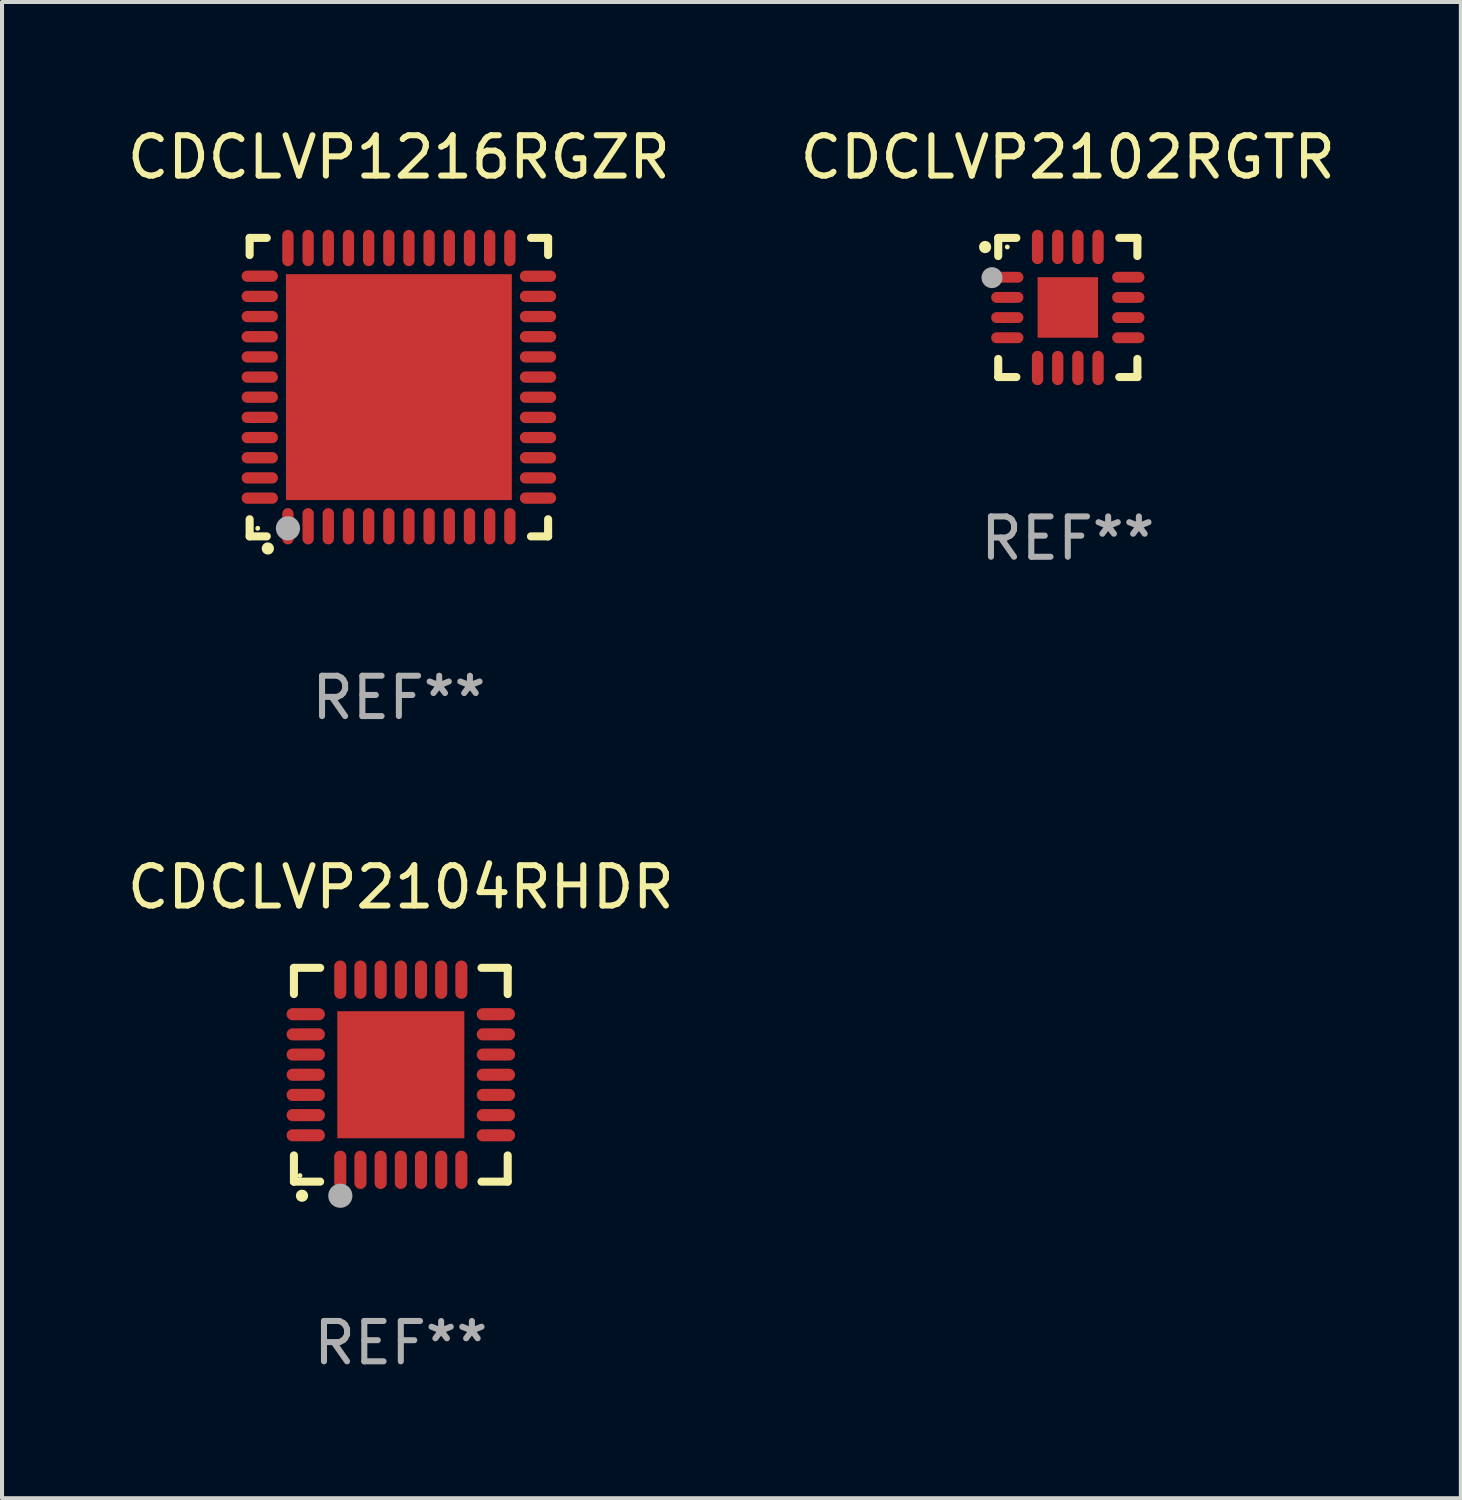
<source format=kicad_pcb>
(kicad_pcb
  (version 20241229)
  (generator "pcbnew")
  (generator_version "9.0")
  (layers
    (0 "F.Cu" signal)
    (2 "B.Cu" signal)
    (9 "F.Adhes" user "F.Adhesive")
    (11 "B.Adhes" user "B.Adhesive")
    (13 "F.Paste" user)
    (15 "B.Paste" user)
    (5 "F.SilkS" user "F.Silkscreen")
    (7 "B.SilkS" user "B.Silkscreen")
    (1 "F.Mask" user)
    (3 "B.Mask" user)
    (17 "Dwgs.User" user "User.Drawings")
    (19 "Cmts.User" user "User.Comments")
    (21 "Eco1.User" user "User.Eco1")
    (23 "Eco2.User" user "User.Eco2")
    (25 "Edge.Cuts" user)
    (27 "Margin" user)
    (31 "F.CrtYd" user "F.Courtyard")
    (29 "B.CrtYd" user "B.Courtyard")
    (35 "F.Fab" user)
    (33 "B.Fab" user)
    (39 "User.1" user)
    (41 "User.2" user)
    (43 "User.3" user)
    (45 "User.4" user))
  (footprint "CDCLVP2104RHDR"
    (layer "F.Cu")
    (at 6.887 23.595)
    (property "Reference" "CDCLVP2104RHDR" (at 0 -4.65 0) (layer "F.SilkS") (effects (font (size 1 1) (thickness 0.15))))
    (attr through_hole)
    (fp_line (start -2.65 -2.65) (end -2.65 -2) (stroke (width 0.2) (type solid)) (layer "F.SilkS"))
    (fp_line (start -2.65 2.65) (end -2.65 2) (stroke (width 0.2) (type solid)) (layer "F.SilkS"))
    (fp_line (start -2 -2.65) (end -2.65 -2.65) (stroke (width 0.2) (type solid)) (layer "F.SilkS"))
    (fp_line (start -2 2.65) (end -2.65 2.65) (stroke (width 0.2) (type solid)) (layer "F.SilkS"))
    (fp_line (start 2 2.65) (end 2.65 2.65) (stroke (width 0.2) (type solid)) (layer "F.SilkS"))
    (fp_line (start 2.65 -2.65) (end 2 -2.65) (stroke (width 0.2) (type solid)) (layer "F.SilkS"))
    (fp_line (start 2.65 -2) (end 2.65 -2.65) (stroke (width 0.2) (type solid)) (layer "F.SilkS"))
    (fp_line (start 2.65 2.65) (end 2.65 2) (stroke (width 0.2) (type solid)) (layer "F.SilkS"))
    (fp_arc (start -2.451105 2.999746) (mid -2.449835 2.999741) (end -2.448565 2.999746) (stroke (width 0.3) (type solid)) (layer "F.SilkS"))
    (fp_circle (center -2.5 2.5) (end -2.47 2.5) (stroke (width 0.06) (type solid)) (fill no) (layer "F.SilkS"))
    (fp_circle (center -1.5 3) (end -1.35 3) (stroke (width 0.3) (type solid)) (fill no) (layer "F.Fab"))
    (fp_text user "REF**" (at 0 6.65 0) (layer "F.Fab") (effects (font (size 1 1) (thickness 0.15))))
    (pad "1" smd oval (at -1.501 2.357) (size 0.3 0.95) (layers "F.Cu" "F.Mask" "F.Paste"))
    (pad "2" smd oval (at -1.001 2.357) (size 0.3 0.95) (layers "F.Cu" "F.Mask" "F.Paste"))
    (pad "3" smd oval (at -0.5 2.357) (size 0.3 0.95) (layers "F.Cu" "F.Mask" "F.Paste"))
    (pad "4" smd oval (at 0.000076 2.357) (size 0.3 0.95) (layers "F.Cu" "F.Mask" "F.Paste"))
    (pad "5" smd oval (at 0.5 2.357) (size 0.3 0.95) (layers "F.Cu" "F.Mask" "F.Paste"))
    (pad "6" smd oval (at 1.001 2.357) (size 0.3 0.95) (layers "F.Cu" "F.Mask" "F.Paste"))
    (pad "7" smd oval (at 1.501 2.357) (size 0.3 0.95) (layers "F.Cu" "F.Mask" "F.Paste"))
    (pad "8" smd oval (at 2.357 1.501) (size 0.95 0.3) (layers "F.Cu" "F.Mask" "F.Paste"))
    (pad "9" smd oval (at 2.357 1.001) (size 0.95 0.3) (layers "F.Cu" "F.Mask" "F.Paste"))
    (pad "10" smd oval (at 2.357 0.5) (size 0.95 0.3) (layers "F.Cu" "F.Mask" "F.Paste"))
    (pad "11" smd oval (at 2.357 0.000076) (size 0.95 0.3) (layers "F.Cu" "F.Mask" "F.Paste"))
    (pad "12" smd oval (at 2.357 -0.5) (size 0.95 0.3) (layers "F.Cu" "F.Mask" "F.Paste"))
    (pad "13" smd oval (at 2.357 -1.001) (size 0.95 0.3) (layers "F.Cu" "F.Mask" "F.Paste"))
    (pad "14" smd oval (at 2.357 -1.501) (size 0.95 0.3) (layers "F.Cu" "F.Mask" "F.Paste"))
    (pad "15" smd oval (at 1.501 -2.357) (size 0.3 0.95) (layers "F.Cu" "F.Mask" "F.Paste"))
    (pad "16" smd oval (at 1.001 -2.357) (size 0.3 0.95) (layers "F.Cu" "F.Mask" "F.Paste"))
    (pad "17" smd oval (at 0.5 -2.357) (size 0.3 0.95) (layers "F.Cu" "F.Mask" "F.Paste"))
    (pad "18" smd oval (at 0.000076 -2.357) (size 0.3 0.95) (layers "F.Cu" "F.Mask" "F.Paste"))
    (pad "19" smd oval (at -0.5 -2.357) (size 0.3 0.95) (layers "F.Cu" "F.Mask" "F.Paste"))
    (pad "20" smd oval (at -1.001 -2.357) (size 0.3 0.95) (layers "F.Cu" "F.Mask" "F.Paste"))
    (pad "21" smd oval (at -1.501 -2.357) (size 0.3 0.95) (layers "F.Cu" "F.Mask" "F.Paste"))
    (pad "22" smd oval (at -2.357 -1.501) (size 0.95 0.3) (layers "F.Cu" "F.Mask" "F.Paste"))
    (pad "23" smd oval (at -2.357 -1.001) (size 0.95 0.3) (layers "F.Cu" "F.Mask" "F.Paste"))
    (pad "24" smd oval (at -2.357 -0.5) (size 0.95 0.3) (layers "F.Cu" "F.Mask" "F.Paste"))
    (pad "25" smd oval (at -2.357 0.000076) (size 0.95 0.3) (layers "F.Cu" "F.Mask" "F.Paste"))
    (pad "26" smd oval (at -2.357 0.5) (size 0.95 0.3) (layers "F.Cu" "F.Mask" "F.Paste"))
    (pad "27" smd oval (at -2.357 1.001) (size 0.95 0.3) (layers "F.Cu" "F.Mask" "F.Paste"))
    (pad "28" smd oval (at -2.357 1.501) (size 0.95 0.3) (layers "F.Cu" "F.Mask" "F.Paste"))
    (pad "29" smd rect (at 0.000076 0.000076) (size 3.15 3.15) (layers "F.Cu" "F.Mask" "F.Paste")))
  (footprint "CDCLVP1216RGZR"
    (layer "F.Cu")
    (at 6.839 6.548)
    (property "Reference" "CDCLVP1216RGZR" (at 0 -5.7 0) (layer "F.SilkS") (effects (font (size 1 1) (thickness 0.15))))
    (attr through_hole)
    (fp_line (start -3.7 -3.7) (end -3.275 -3.7) (stroke (width 0.2) (type solid)) (layer "F.SilkS"))
    (fp_line (start -3.7 -3.275) (end -3.7 -3.7) (stroke (width 0.2) (type solid)) (layer "F.SilkS"))
    (fp_line (start -3.7 3.7) (end -3.7 3.275) (stroke (width 0.2) (type solid)) (layer "F.SilkS"))
    (fp_line (start -3.275 3.7) (end -3.7 3.7) (stroke (width 0.2) (type solid)) (layer "F.SilkS"))
    (fp_line (start 3.7 -3.7) (end 3.275 -3.7) (stroke (width 0.2) (type solid)) (layer "F.SilkS"))
    (fp_line (start 3.7 -3.275) (end 3.7 -3.7) (stroke (width 0.2) (type solid)) (layer "F.SilkS"))
    (fp_line (start 3.7 3.275) (end 3.7 3.7) (stroke (width 0.2) (type solid)) (layer "F.SilkS"))
    (fp_line (start 3.7 3.7) (end 3.275 3.7) (stroke (width 0.2) (type solid)) (layer "F.SilkS"))
    (fp_arc (start -3.249936 3.999975) (mid -3.248666 3.99997) (end -3.247396 3.999975) (stroke (width 0.3) (type solid)) (layer "F.SilkS"))
    (fp_circle (center -3.5 3.5) (end -3.47 3.5) (stroke (width 0.06) (type solid)) (fill no) (layer "F.SilkS"))
    (fp_circle (center -2.75 3.5) (end -2.6 3.5) (stroke (width 0.3) (type solid)) (fill no) (layer "F.Fab"))
    (fp_text user "REF**" (at 0 7.7 0) (layer "F.Fab") (effects (font (size 1 1) (thickness 0.15))))
    (pad "1" smd oval (at -2.751 3.449) (size 0.28 0.9) (layers "F.Cu" "F.Mask" "F.Paste"))
    (pad "2" smd oval (at -2.25 3.449) (size 0.28 0.9) (layers "F.Cu" "F.Mask" "F.Paste"))
    (pad "3" smd oval (at -1.75 3.449) (size 0.28 0.9) (layers "F.Cu" "F.Mask" "F.Paste"))
    (pad "4" smd oval (at -1.25 3.449) (size 0.28 0.9) (layers "F.Cu" "F.Mask" "F.Paste"))
    (pad "5" smd oval (at -0.749 3.449) (size 0.28 0.9) (layers "F.Cu" "F.Mask" "F.Paste"))
    (pad "6" smd oval (at -0.249 3.449) (size 0.28 0.9) (layers "F.Cu" "F.Mask" "F.Paste"))
    (pad "7" smd oval (at 0.249 3.449) (size 0.28 0.9) (layers "F.Cu" "F.Mask" "F.Paste"))
    (pad "8" smd oval (at 0.749 3.449) (size 0.28 0.9) (layers "F.Cu" "F.Mask" "F.Paste"))
    (pad "9" smd oval (at 1.25 3.449) (size 0.28 0.9) (layers "F.Cu" "F.Mask" "F.Paste"))
    (pad "10" smd oval (at 1.75 3.449) (size 0.28 0.9) (layers "F.Cu" "F.Mask" "F.Paste"))
    (pad "11" smd oval (at 2.251 3.449) (size 0.28 0.9) (layers "F.Cu" "F.Mask" "F.Paste"))
    (pad "12" smd oval (at 2.751 3.449) (size 0.28 0.9) (layers "F.Cu" "F.Mask" "F.Paste"))
    (pad "13" smd oval (at 3.449 2.75) (size 0.9 0.28) (layers "F.Cu" "F.Mask" "F.Paste"))
    (pad "14" smd oval (at 3.449 2.25) (size 0.9 0.28) (layers "F.Cu" "F.Mask" "F.Paste"))
    (pad "15" smd oval (at 3.449 1.75) (size 0.9 0.28) (layers "F.Cu" "F.Mask" "F.Paste"))
    (pad "16" smd oval (at 3.449 1.25) (size 0.9 0.28) (layers "F.Cu" "F.Mask" "F.Paste"))
    (pad "17" smd oval (at 3.449 0.75) (size 0.9 0.28) (layers "F.Cu" "F.Mask" "F.Paste"))
    (pad "18" smd oval (at 3.449 0.25) (size 0.9 0.28) (layers "F.Cu" "F.Mask" "F.Paste"))
    (pad "19" smd oval (at 3.449 -0.25) (size 0.9 0.28) (layers "F.Cu" "F.Mask" "F.Paste"))
    (pad "20" smd oval (at 3.449 -0.75) (size 0.9 0.28) (layers "F.Cu" "F.Mask" "F.Paste"))
    (pad "21" smd oval (at 3.449 -1.25) (size 0.9 0.28) (layers "F.Cu" "F.Mask" "F.Paste"))
    (pad "22" smd oval (at 3.449 -1.75) (size 0.9 0.28) (layers "F.Cu" "F.Mask" "F.Paste"))
    (pad "23" smd oval (at 3.449 -2.25) (size 0.9 0.28) (layers "F.Cu" "F.Mask" "F.Paste"))
    (pad "24" smd oval (at 3.449 -2.75) (size 0.9 0.28) (layers "F.Cu" "F.Mask" "F.Paste"))
    (pad "25" smd oval (at 2.751 -3.449) (size 0.28 0.9) (layers "F.Cu" "F.Mask" "F.Paste"))
    (pad "26" smd oval (at 2.251 -3.449) (size 0.28 0.9) (layers "F.Cu" "F.Mask" "F.Paste"))
    (pad "27" smd oval (at 1.75 -3.449) (size 0.28 0.9) (layers "F.Cu" "F.Mask" "F.Paste"))
    (pad "28" smd oval (at 1.25 -3.449) (size 0.28 0.9) (layers "F.Cu" "F.Mask" "F.Paste"))
    (pad "29" smd oval (at 0.749 -3.449) (size 0.28 0.9) (layers "F.Cu" "F.Mask" "F.Paste"))
    (pad "30" smd oval (at 0.249 -3.449) (size 0.28 0.9) (layers "F.Cu" "F.Mask" "F.Paste"))
    (pad "31" smd oval (at -0.249 -3.449) (size 0.28 0.9) (layers "F.Cu" "F.Mask" "F.Paste"))
    (pad "32" smd oval (at -0.749 -3.449) (size 0.28 0.9) (layers "F.Cu" "F.Mask" "F.Paste"))
    (pad "33" smd oval (at -1.25 -3.449) (size 0.28 0.9) (layers "F.Cu" "F.Mask" "F.Paste"))
    (pad "34" smd oval (at -1.75 -3.449) (size 0.28 0.9) (layers "F.Cu" "F.Mask" "F.Paste"))
    (pad "35" smd oval (at -2.25 -3.449) (size 0.28 0.9) (layers "F.Cu" "F.Mask" "F.Paste"))
    (pad "36" smd oval (at -2.751 -3.449) (size 0.28 0.9) (layers "F.Cu" "F.Mask" "F.Paste"))
    (pad "37" smd oval (at -3.449 -2.751) (size 0.9 0.28) (layers "F.Cu" "F.Mask" "F.Paste"))
    (pad "38" smd oval (at -3.449 -2.25) (size 0.9 0.28) (layers "F.Cu" "F.Mask" "F.Paste"))
    (pad "39" smd oval (at -3.449 -1.75) (size 0.9 0.28) (layers "F.Cu" "F.Mask" "F.Paste"))
    (pad "40" smd oval (at -3.449 -1.25) (size 0.9 0.28) (layers "F.Cu" "F.Mask" "F.Paste"))
    (pad "41" smd oval (at -3.449 -0.749) (size 0.9 0.28) (layers "F.Cu" "F.Mask" "F.Paste"))
    (pad "42" smd oval (at -3.449 -0.249) (size 0.9 0.28) (layers "F.Cu" "F.Mask" "F.Paste"))
    (pad "43" smd oval (at -3.449 0.249) (size 0.9 0.28) (layers "F.Cu" "F.Mask" "F.Paste"))
    (pad "44" smd oval (at -3.449 0.749) (size 0.9 0.28) (layers "F.Cu" "F.Mask" "F.Paste"))
    (pad "45" smd oval (at -3.449 1.25) (size 0.9 0.28) (layers "F.Cu" "F.Mask" "F.Paste"))
    (pad "46" smd oval (at -3.449 1.75) (size 0.9 0.28) (layers "F.Cu" "F.Mask" "F.Paste"))
    (pad "47" smd oval (at -3.449 2.25) (size 0.9 0.28) (layers "F.Cu" "F.Mask" "F.Paste"))
    (pad "48" smd oval (at -3.449 2.751) (size 0.9 0.28) (layers "F.Cu" "F.Mask" "F.Paste"))
    (pad "49" smd rect (at 0.000076 -0.000025) (size 5.6 5.6) (layers "F.Cu" "F.Mask" "F.Paste")))
  (footprint "CDCLVP2102RGTR"
    (layer "F.Cu")
    (at 23.423 4.573)
    (property "Reference" "CDCLVP2102RGTR" (at 0 -3.725 0) (layer "F.SilkS") (effects (font (size 1 1) (thickness 0.15))))
    (attr through_hole)
    (fp_line (start -1.725 -1.725) (end -1.275 -1.725) (stroke (width 0.2) (type solid)) (layer "F.SilkS"))
    (fp_line (start -1.725 -1.275) (end -1.725 -1.725) (stroke (width 0.2) (type solid)) (layer "F.SilkS"))
    (fp_line (start -1.725 1.725) (end -1.725 1.275) (stroke (width 0.2) (type solid)) (layer "F.SilkS"))
    (fp_line (start -1.275 1.725) (end -1.725 1.725) (stroke (width 0.2) (type solid)) (layer "F.SilkS"))
    (fp_line (start 1.275 -1.725) (end 1.725 -1.725) (stroke (width 0.2) (type solid)) (layer "F.SilkS"))
    (fp_line (start 1.275 1.725) (end 1.725 1.725) (stroke (width 0.2) (type solid)) (layer "F.SilkS"))
    (fp_line (start 1.725 -1.725) (end 1.725 -1.275) (stroke (width 0.2) (type solid)) (layer "F.SilkS"))
    (fp_line (start 1.725 1.725) (end 1.725 1.275) (stroke (width 0.2) (type solid)) (layer "F.SilkS"))
    (fp_arc (start -2.050038 -1.497511) (mid -2.050043 -1.498781) (end -2.050038 -1.500051) (stroke (width 0.3) (type solid)) (layer "F.SilkS"))
    (fp_circle (center -1.5 -1.5) (end -1.47 -1.5) (stroke (width 0.06) (type solid)) (fill no) (layer "F.SilkS"))
    (fp_circle (center -1.88 -0.74) (end -1.75 -0.74) (stroke (width 0.26) (type solid)) (fill no) (layer "F.Fab"))
    (fp_text user "REF**" (at 0 5.725 0) (layer "F.Fab") (effects (font (size 1 1) (thickness 0.15))))
    (pad "1" smd oval (at -1.5 -0.75) (size 0.8 0.27) (layers "F.Cu" "F.Mask" "F.Paste"))
    (pad "2" smd oval (at -1.5 -0.25) (size 0.8 0.27) (layers "F.Cu" "F.Mask" "F.Paste"))
    (pad "3" smd oval (at -1.5 0.25) (size 0.8 0.27) (layers "F.Cu" "F.Mask" "F.Paste"))
    (pad "4" smd oval (at -1.5 0.75) (size 0.8 0.27) (layers "F.Cu" "F.Mask" "F.Paste"))
    (pad "5" smd oval (at -0.75 1.5) (size 0.28 0.85) (layers "F.Cu" "F.Mask" "F.Paste"))
    (pad "6" smd oval (at -0.25 1.5) (size 0.28 0.85) (layers "F.Cu" "F.Mask" "F.Paste"))
    (pad "7" smd oval (at 0.25 1.5) (size 0.28 0.85) (layers "F.Cu" "F.Mask" "F.Paste"))
    (pad "8" smd oval (at 0.75 1.5) (size 0.28 0.85) (layers "F.Cu" "F.Mask" "F.Paste"))
    (pad "9" smd oval (at 1.5 0.75) (size 0.8 0.27) (layers "F.Cu" "F.Mask" "F.Paste"))
    (pad "10" smd oval (at 1.5 0.25) (size 0.8 0.27) (layers "F.Cu" "F.Mask" "F.Paste"))
    (pad "11" smd oval (at 1.5 -0.25) (size 0.8 0.27) (layers "F.Cu" "F.Mask" "F.Paste"))
    (pad "12" smd oval (at 1.5 -0.75) (size 0.8 0.27) (layers "F.Cu" "F.Mask" "F.Paste"))
    (pad "13" smd oval (at 0.75 -1.5) (size 0.28 0.85) (layers "F.Cu" "F.Mask" "F.Paste"))
    (pad "14" smd oval (at 0.25 -1.5) (size 0.28 0.85) (layers "F.Cu" "F.Mask" "F.Paste"))
    (pad "15" smd oval (at -0.25 -1.5) (size 0.28 0.85) (layers "F.Cu" "F.Mask" "F.Paste"))
    (pad "16" smd oval (at -0.75 -1.5) (size 0.28 0.85) (layers "F.Cu" "F.Mask" "F.Paste"))
    (pad "17" smd rect (at -0.000051 -0.000051) (size 1.5 1.5) (layers "F.Cu" "F.Mask" "F.Paste")))
  (gr_rect
    (start -3 -3)
    (end 33.167 34.093)
    (stroke (width 0.1) (type default))
    (fill no)
    (layer "Edge.Cuts")))
</source>
